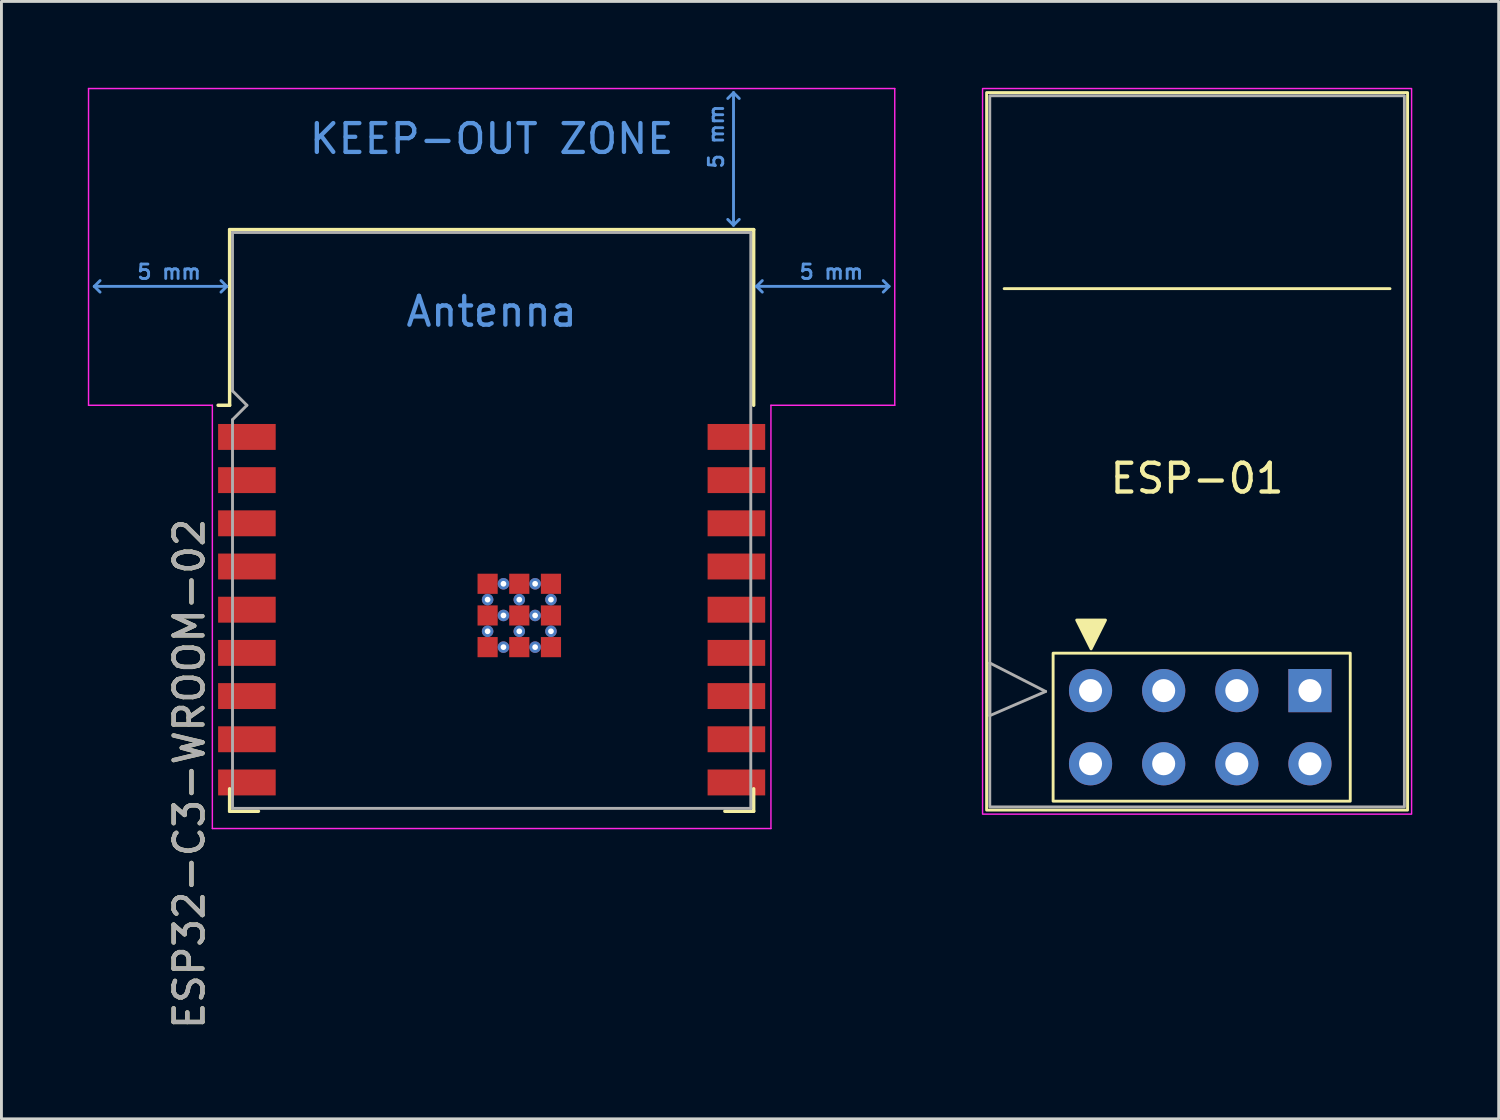
<source format=kicad_pcb>
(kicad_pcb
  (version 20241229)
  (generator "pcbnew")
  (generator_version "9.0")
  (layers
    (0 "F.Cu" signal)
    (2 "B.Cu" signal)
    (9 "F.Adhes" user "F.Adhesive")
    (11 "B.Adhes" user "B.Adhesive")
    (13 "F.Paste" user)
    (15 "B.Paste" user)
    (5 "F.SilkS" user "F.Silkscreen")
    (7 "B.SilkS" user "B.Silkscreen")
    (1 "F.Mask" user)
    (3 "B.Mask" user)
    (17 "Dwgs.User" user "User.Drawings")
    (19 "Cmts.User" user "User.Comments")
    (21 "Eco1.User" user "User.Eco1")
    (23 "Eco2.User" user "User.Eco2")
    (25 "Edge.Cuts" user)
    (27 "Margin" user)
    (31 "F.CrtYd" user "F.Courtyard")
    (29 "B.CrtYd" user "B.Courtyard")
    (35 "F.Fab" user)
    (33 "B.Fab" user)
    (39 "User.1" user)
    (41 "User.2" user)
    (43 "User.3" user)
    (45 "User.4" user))
  (footprint "ESP32-C3-WROOM-02"
    (layer "F.Cu")
    (at 5.025 5.025)
    (property "Reference" "ESP32-C3-WROOM-02" (at -1.5 18.8 90) (layer "F.SilkS") (effects (font (size 1 1) (thickness 0.15))))
    (attr smd)
    (fp_line (start -0.1 -0.1) (end -0.1 6) (stroke (width 0.12) (type solid)) (layer "F.SilkS"))
    (fp_line (start -0.1 -0.1) (end 18.1 -0.1) (stroke (width 0.12) (type solid)) (layer "F.SilkS"))
    (fp_line (start -0.1 6) (end -0.5 6) (stroke (width 0.12) (type solid)) (layer "F.SilkS"))
    (fp_line (start -0.1 19.32) (end -0.1 20.1) (stroke (width 0.12) (type solid)) (layer "F.SilkS"))
    (fp_line (start -0.1 20.1) (end 0.9 20.1) (stroke (width 0.12) (type solid)) (layer "F.SilkS"))
    (fp_line (start 18.1 -0.1) (end 18.1 6) (stroke (width 0.12) (type solid)) (layer "F.SilkS"))
    (fp_line (start 18.1 19.32) (end 18.1 20.1) (stroke (width 0.12) (type solid)) (layer "F.SilkS"))
    (fp_line (start 18.1 20.1) (end 17.1 20.1) (stroke (width 0.12) (type solid)) (layer "F.SilkS"))
    (fp_line (start -4.8 1.87) (end -4.6 1.67) (stroke (width 0.1) (type solid)) (layer "Cmts.User"))
    (fp_line (start -4.8 1.87) (end -4.6 2.07) (stroke (width 0.1) (type solid)) (layer "Cmts.User"))
    (fp_line (start -4.8 1.87) (end -0.2 1.87) (stroke (width 0.1) (type solid)) (layer "Cmts.User"))
    (fp_line (start -0.2 1.87) (end -0.4 1.67) (stroke (width 0.1) (type solid)) (layer "Cmts.User"))
    (fp_line (start -0.2 1.87) (end -0.4 2.07) (stroke (width 0.1) (type solid)) (layer "Cmts.User"))
    (fp_line (start 17.4 -4.855) (end 17.2 -4.655) (stroke (width 0.1) (type solid)) (layer "Cmts.User"))
    (fp_line (start 17.4 -4.855) (end 17.6 -4.655) (stroke (width 0.1) (type solid)) (layer "Cmts.User"))
    (fp_line (start 17.4 -0.255) (end 17.2 -0.455) (stroke (width 0.1) (type solid)) (layer "Cmts.User"))
    (fp_line (start 17.4 -0.255) (end 17.4 -4.855) (stroke (width 0.1) (type solid)) (layer "Cmts.User"))
    (fp_line (start 17.4 -0.255) (end 17.6 -0.455) (stroke (width 0.1) (type solid)) (layer "Cmts.User"))
    (fp_line (start 18.2 1.87) (end 18.4 1.67) (stroke (width 0.1) (type solid)) (layer "Cmts.User"))
    (fp_line (start 18.2 1.87) (end 18.4 2.07) (stroke (width 0.1) (type solid)) (layer "Cmts.User"))
    (fp_line (start 18.2 1.87) (end 22.8 1.87) (stroke (width 0.1) (type solid)) (layer "Cmts.User"))
    (fp_line (start 22.8 1.87) (end 22.6 1.67) (stroke (width 0.1) (type solid)) (layer "Cmts.User"))
    (fp_line (start 22.8 1.87) (end 22.6 2.07) (stroke (width 0.1) (type solid)) (layer "Cmts.User"))
    (fp_line (start -5 -5) (end -5 6) (stroke (width 0.05) (type solid)) (layer "F.CrtYd"))
    (fp_line (start -5 -5) (end 23 -5) (stroke (width 0.05) (type solid)) (layer "F.CrtYd"))
    (fp_line (start -5 6) (end -0.7 6) (stroke (width 0.05) (type solid)) (layer "F.CrtYd"))
    (fp_line (start -0.7 20.7) (end -0.7 6) (stroke (width 0.05) (type solid)) (layer "F.CrtYd"))
    (fp_line (start -0.7 20.7) (end 18.7 20.7) (stroke (width 0.05) (type solid)) (layer "F.CrtYd"))
    (fp_line (start 18.7 6) (end 18.7 20.7) (stroke (width 0.05) (type solid)) (layer "F.CrtYd"))
    (fp_line (start 18.7 6) (end 23 6) (stroke (width 0.05) (type solid)) (layer "F.CrtYd"))
    (fp_line (start 23 -5) (end 23 6) (stroke (width 0.05) (type solid)) (layer "F.CrtYd"))
    (fp_line (start 0 0) (end 0 5.5) (stroke (width 0.1) (type solid)) (layer "F.Fab"))
    (fp_line (start 0 0) (end 18 0) (stroke (width 0.1) (type solid)) (layer "F.Fab"))
    (fp_line (start 0 6.5) (end 0 20) (stroke (width 0.1) (type solid)) (layer "F.Fab"))
    (fp_line (start 0 6.5) (end 0.5 6) (stroke (width 0.1) (type solid)) (layer "F.Fab"))
    (fp_line (start 0 20) (end 18 20) (stroke (width 0.1) (type solid)) (layer "F.Fab"))
    (fp_line (start 0.5 6) (end 0 5.5) (stroke (width 0.1) (type solid)) (layer "F.Fab"))
    (fp_line (start 18 20) (end 18 0) (stroke (width 0.1) (type solid)) (layer "F.Fab"))
    (fp_text user "5 mm" (at 16.8 -3.33 90) (layer "Cmts.User") (effects (font (size 0.5 0.5) (thickness 0.1))))
    (fp_text user "KEEP-OUT ZONE" (at 9 -3.255 0) (layer "Cmts.User") (effects (font (size 1 1) (thickness 0.15))))
    (fp_text user "5 mm" (at -2.2 1.37 0) (layer "Cmts.User") (effects (font (size 0.5 0.5) (thickness 0.1))))
    (fp_text user "5 mm" (at 20.8 1.37 0) (layer "Cmts.User") (effects (font (size 0.5 0.5) (thickness 0.1))))
    (fp_text user "Antenna" (at 9 2.745 0) (layer "Cmts.User") (effects (font (size 1 1) (thickness 0.15))))
    (fp_text user "${REFERENCE}" (at -1.5 18.8 90) (layer "F.Fab") (effects (font (size 1 1) (thickness 0.15))))
    (pad "1" smd rect (at 0.5 7.1) (size 2 0.9) (layers "F.Cu" "F.Mask" "F.Paste"))
    (pad "2" smd rect (at 0.5 8.6) (size 2 0.9) (layers "F.Cu" "F.Mask" "F.Paste"))
    (pad "3" smd rect (at 0.5 10.1) (size 2 0.9) (layers "F.Cu" "F.Mask" "F.Paste"))
    (pad "4" smd rect (at 0.5 11.6) (size 2 0.9) (layers "F.Cu" "F.Mask" "F.Paste"))
    (pad "5" smd rect (at 0.5 13.1) (size 2 0.9) (layers "F.Cu" "F.Mask" "F.Paste"))
    (pad "6" smd rect (at 0.5 14.6) (size 2 0.9) (layers "F.Cu" "F.Mask" "F.Paste"))
    (pad "7" smd rect (at 0.5 16.1) (size 2 0.9) (layers "F.Cu" "F.Mask" "F.Paste"))
    (pad "8" smd rect (at 0.5 17.6) (size 2 0.9) (layers "F.Cu" "F.Mask" "F.Paste"))
    (pad "9" smd rect (at 0.5 19.1) (size 2 0.9) (layers "F.Cu" "F.Mask" "F.Paste"))
    (pad "10" smd rect (at 17.5 19.1) (size 2 0.9) (layers "F.Cu" "F.Mask" "F.Paste"))
    (pad "11" smd rect (at 17.5 17.6) (size 2 0.9) (layers "F.Cu" "F.Mask" "F.Paste"))
    (pad "12" smd rect (at 17.5 16.1) (size 2 0.9) (layers "F.Cu" "F.Mask" "F.Paste"))
    (pad "13" smd rect (at 17.5 14.6) (size 2 0.9) (layers "F.Cu" "F.Mask" "F.Paste"))
    (pad "14" smd rect (at 17.5 13.1) (size 2 0.9) (layers "F.Cu" "F.Mask" "F.Paste"))
    (pad "15" smd rect (at 17.5 11.6) (size 2 0.9) (layers "F.Cu" "F.Mask" "F.Paste"))
    (pad "16" smd rect (at 17.5 10.1) (size 2 0.9) (layers "F.Cu" "F.Mask" "F.Paste"))
    (pad "17" smd rect (at 17.5 8.6) (size 2 0.9) (layers "F.Cu" "F.Mask" "F.Paste"))
    (pad "18" smd rect (at 17.5 7.1) (size 2 0.9) (layers "F.Cu" "F.Mask" "F.Paste"))
    (pad "19" smd rect (at 8.86 12.2) (size 0.7 0.7) (layers "F.Cu" "F.Mask" "F.Paste"))
    (pad "19" thru_hole circle (at 8.86 12.75) (size 0.4 0.4) (drill 0.2) (layers "*.Cu" "*.Mask"))
    (pad "19" smd rect (at 8.86 13.3) (size 0.7 0.7) (layers "F.Cu" "F.Mask" "F.Paste"))
    (pad "19" thru_hole circle (at 8.86 13.85) (size 0.4 0.4) (drill 0.2) (layers "*.Cu" "*.Mask"))
    (pad "19" smd rect (at 8.86 14.4) (size 0.7 0.7) (layers "F.Cu" "F.Mask" "F.Paste"))
    (pad "19" thru_hole circle (at 9.41 12.2) (size 0.4 0.4) (drill 0.2) (layers "*.Cu" "*.Mask"))
    (pad "19" thru_hole circle (at 9.41 13.3) (size 0.4 0.4) (drill 0.2) (layers "*.Cu" "*.Mask"))
    (pad "19" thru_hole circle (at 9.41 14.4) (size 0.4 0.4) (drill 0.2) (layers "*.Cu" "*.Mask"))
    (pad "19" smd rect (at 9.96 12.2) (size 0.7 0.7) (layers "F.Cu" "F.Mask" "F.Paste"))
    (pad "19" thru_hole circle (at 9.96 12.75) (size 0.4 0.4) (drill 0.2) (layers "*.Cu" "*.Mask"))
    (pad "19" smd rect (at 9.96 13.3) (size 0.7 0.7) (layers "F.Cu" "F.Mask" "F.Paste"))
    (pad "19" thru_hole circle (at 9.96 13.85) (size 0.4 0.4) (drill 0.2) (layers "*.Cu" "*.Mask"))
    (pad "19" smd rect (at 9.96 14.4) (size 0.7 0.7) (layers "F.Cu" "F.Mask" "F.Paste"))
    (pad "19" thru_hole circle (at 10.51 12.2) (size 0.4 0.4) (drill 0.2) (layers "*.Cu" "*.Mask"))
    (pad "19" thru_hole circle (at 10.51 13.3) (size 0.4 0.4) (drill 0.2) (layers "*.Cu" "*.Mask"))
    (pad "19" thru_hole circle (at 10.51 14.4) (size 0.4 0.4) (drill 0.2) (layers "*.Cu" "*.Mask"))
    (pad "19" smd rect (at 11.06 12.2) (size 0.7 0.7) (layers "F.Cu" "F.Mask" "F.Paste"))
    (pad "19" thru_hole circle (at 11.06 12.75) (size 0.4 0.4) (drill 0.2) (layers "*.Cu" "*.Mask"))
    (pad "19" smd rect (at 11.06 13.3) (size 0.7 0.7) (layers "F.Cu" "F.Mask" "F.Paste"))
    (pad "19" thru_hole circle (at 11.06 13.85) (size 0.4 0.4) (drill 0.2) (layers "*.Cu" "*.Mask"))
    (pad "19" smd rect (at 11.06 14.4) (size 0.7 0.7) (layers "F.Cu" "F.Mask" "F.Paste"))
    (zone (net_name "") (layers "F.Cu" "B.Cu") (hatch full 0.508) (connect_pads) (min_thickness 0.254) (filled_areas_thickness no) (keepout (tracks not_allowed) (vias not_allowed) (pads not_allowed) (copperpour not_allowed) (footprints not_allowed)) (placement (enabled no)) (fill) (polygon (pts (xy 0.025 11.025) (xy 28.025 11.025) (xy 28.025 0.02) (xy 0.025 0.02)))))
  (footprint "ESP-01"
    (layer "F.Cu")
    (at 38.525 12.625)
    (property "Reference" "ESP-01" (at 0 0.94 0) (layer "F.SilkS") (effects (font (size 1 1) (thickness 0.15))))
    (attr through_hole)
    (fp_line (start -6.7 -5.65) (end 6.7 -5.65) (stroke (width 0.1) (type default)) (layer "F.SilkS"))
    (fp_rect (start -7.31 -12.46) (end 7.31 12.46) (stroke (width 0.1) (type default)) (fill no) (layer "F.SilkS"))
    (fp_rect (start -5 7.01) (end 5.32 12.15) (stroke (width 0.1) (type default)) (fill no) (layer "F.SilkS"))
    (fp_poly (pts (xy -4.181 5.86) (xy -3.181 5.86) (xy -3.681 6.86)) (stroke (width 0.1) (type solid)) (fill yes) (layer "F.SilkS"))
    (fp_rect (start -7.45 -12.6) (end 7.45 12.6) (stroke (width 0.05) (type default)) (fill no) (layer "F.CrtYd"))
    (fp_line (start -7.2 7.35) (end -7.2 9.18) (stroke (width 0.1) (type default)) (layer "F.Fab"))
    (fp_line (start -5.26 8.34) (end -7.2 7.35) (stroke (width 0.1) (type default)) (layer "F.Fab"))
    (fp_line (start -5.26 8.34) (end -7.2 9.18) (stroke (width 0.1) (type default)) (layer "F.Fab"))
    (fp_rect (start -7.2 -12.35) (end 7.2 12.35) (stroke (width 0.1) (type default)) (fill no) (layer "F.Fab"))
    (pad "1" thru_hole circle (at -3.7 8.31) (size 1.5 1.5) (drill 0.8) (layers "*.Cu" "*.Mask"))
    (pad "2" thru_hole circle (at -1.16 8.31) (size 1.5 1.5) (drill 0.8) (layers "*.Cu" "*.Mask"))
    (pad "3" thru_hole circle (at 1.38 8.31) (size 1.5 1.5) (drill 0.8) (layers "*.Cu" "*.Mask"))
    (pad "4" thru_hole rect (at 3.92 8.31) (size 1.5 1.5) (drill 0.8) (layers "*.Cu" "*.Mask"))
    (pad "5" thru_hole circle (at -3.7 10.85) (size 1.5 1.5) (drill 0.8) (layers "*.Cu" "*.Mask"))
    (pad "6" thru_hole circle (at -1.16 10.85) (size 1.5 1.5) (drill 0.8) (layers "*.Cu" "*.Mask"))
    (pad "7" thru_hole circle (at 1.38 10.85) (size 1.5 1.5) (drill 0.8) (layers "*.Cu" "*.Mask"))
    (pad "8" thru_hole circle (at 3.92 10.85) (size 1.5 1.5) (drill 0.8) (layers "*.Cu" "*.Mask")))
  (gr_rect
    (start -3 -3)
    (end 49 35.807)
    (stroke (width 0.1) (type default))
    (fill no)
    (layer "Edge.Cuts")))
</source>
